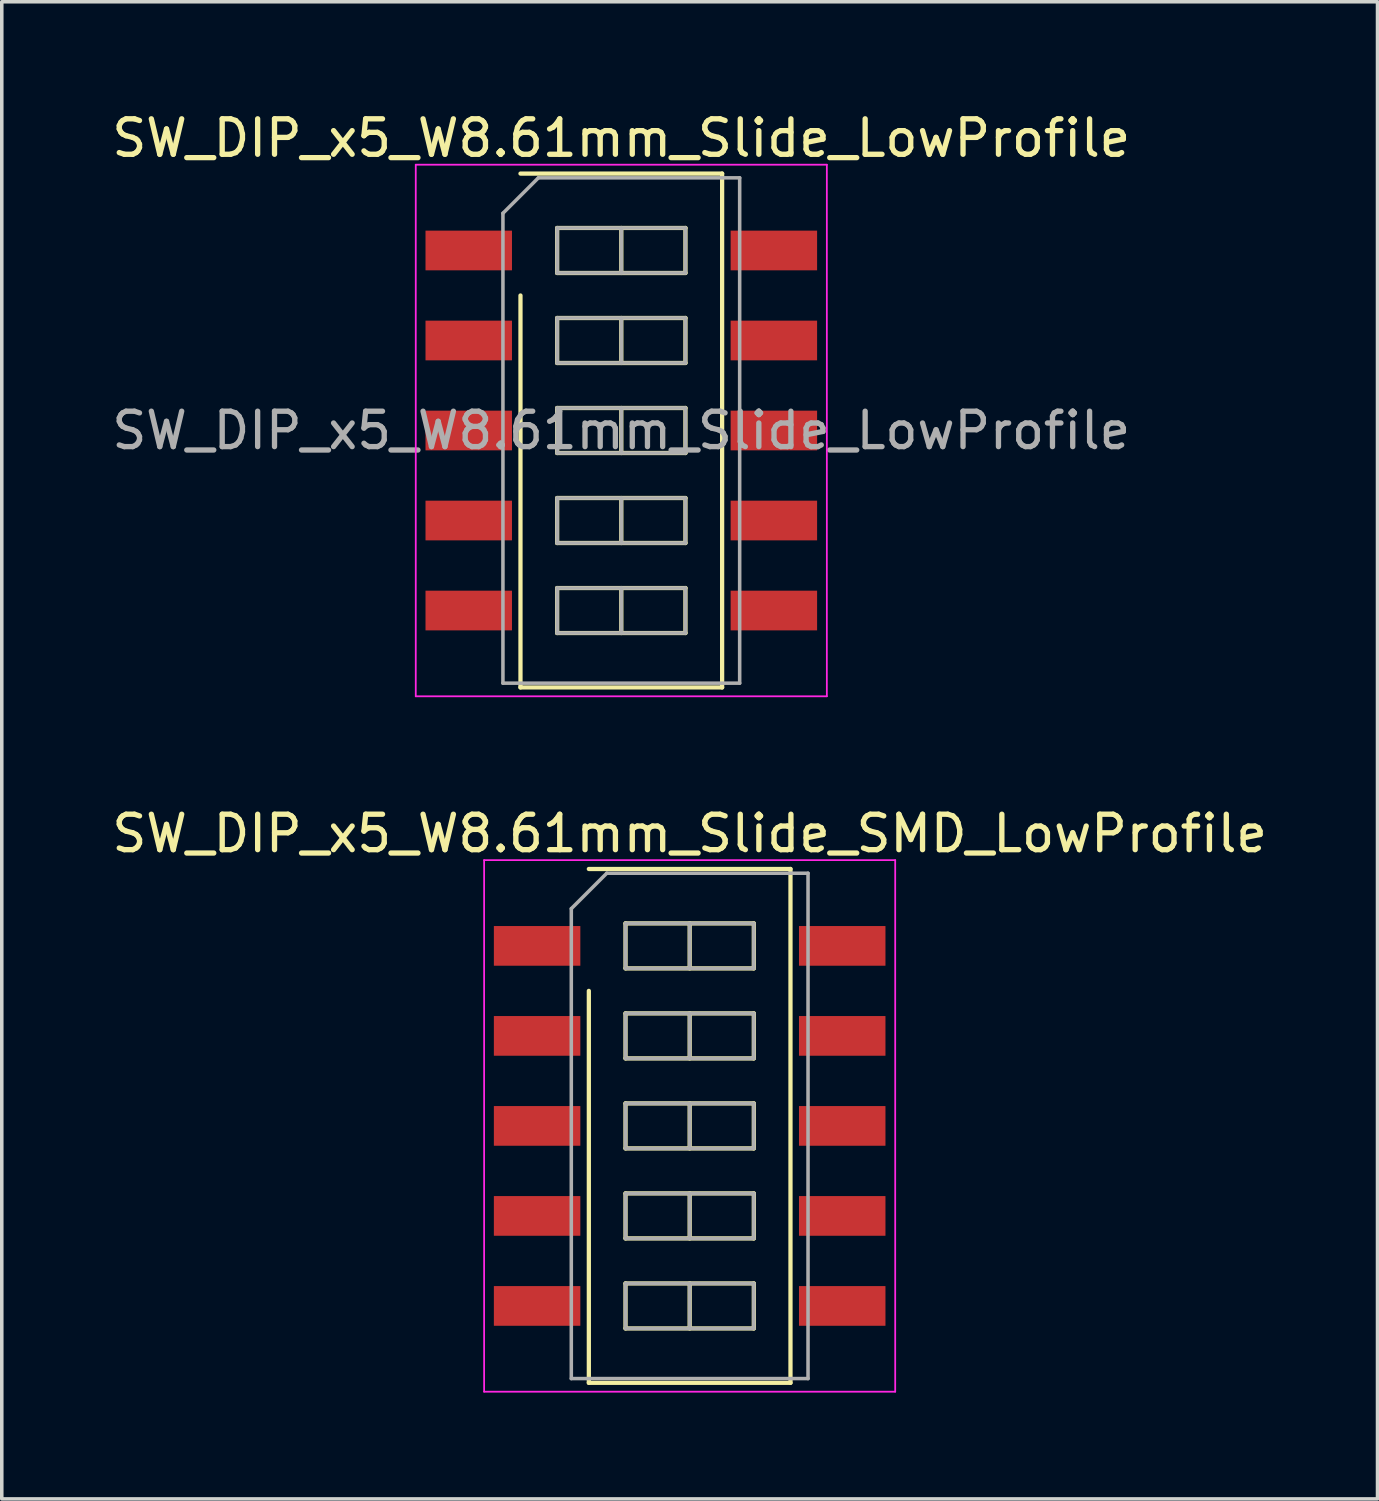
<source format=kicad_pcb>
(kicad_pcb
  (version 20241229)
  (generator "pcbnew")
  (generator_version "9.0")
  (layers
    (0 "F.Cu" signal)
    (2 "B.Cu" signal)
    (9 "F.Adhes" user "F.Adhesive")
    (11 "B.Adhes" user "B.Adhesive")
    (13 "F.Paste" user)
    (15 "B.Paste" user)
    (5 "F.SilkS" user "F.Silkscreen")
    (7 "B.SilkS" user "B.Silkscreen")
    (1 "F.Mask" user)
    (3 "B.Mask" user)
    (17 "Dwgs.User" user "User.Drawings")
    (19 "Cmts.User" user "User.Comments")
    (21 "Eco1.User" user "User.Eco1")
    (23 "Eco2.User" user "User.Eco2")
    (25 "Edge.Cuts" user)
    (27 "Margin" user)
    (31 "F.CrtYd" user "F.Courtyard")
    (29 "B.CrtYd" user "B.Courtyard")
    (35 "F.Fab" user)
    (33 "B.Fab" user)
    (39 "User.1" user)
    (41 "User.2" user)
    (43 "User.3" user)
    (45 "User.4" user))
  (footprint "SW_DIP_x5_W8.61mm_Slide_SMD_LowProfile"
    (layer "F.Cu")
    (at 16.411 28.721)
    (property "Reference" "SW_DIP_x5_W8.61mm_Slide_SMD_LowProfile" (at 0 -8.25 0) (layer "F.SilkS") (effects (font (size 1 1) (thickness 0.15))))
    (attr smd)
    (fp_line (start -2.845 -7.25) (end 2.845 -7.25) (stroke (width 0.12) (type solid)) (layer "F.SilkS"))
    (fp_line (start -2.845 7.25) (end -2.845 -3.81) (stroke (width 0.12) (type solid)) (layer "F.SilkS"))
    (fp_line (start -1.81 -5.715) (end -1.81 -4.445) (stroke (width 0.12) (type solid)) (layer "F.SilkS"))
    (fp_line (start -1.81 -4.445) (end 1.81 -4.445) (stroke (width 0.12) (type solid)) (layer "F.SilkS"))
    (fp_line (start -1.81 -3.175) (end -1.81 -1.905) (stroke (width 0.12) (type solid)) (layer "F.SilkS"))
    (fp_line (start -1.81 -1.905) (end 1.81 -1.905) (stroke (width 0.12) (type solid)) (layer "F.SilkS"))
    (fp_line (start -1.81 -0.635) (end -1.81 0.635) (stroke (width 0.12) (type solid)) (layer "F.SilkS"))
    (fp_line (start -1.81 0.635) (end 1.81 0.635) (stroke (width 0.12) (type solid)) (layer "F.SilkS"))
    (fp_line (start -1.81 1.905) (end -1.81 3.175) (stroke (width 0.12) (type solid)) (layer "F.SilkS"))
    (fp_line (start -1.81 3.175) (end 1.81 3.175) (stroke (width 0.12) (type solid)) (layer "F.SilkS"))
    (fp_line (start -1.81 4.445) (end -1.81 5.715) (stroke (width 0.12) (type solid)) (layer "F.SilkS"))
    (fp_line (start -1.81 5.715) (end 1.81 5.715) (stroke (width 0.12) (type solid)) (layer "F.SilkS"))
    (fp_line (start 0 -5.715) (end 0 -4.445) (stroke (width 0.12) (type solid)) (layer "F.SilkS"))
    (fp_line (start 0 -3.175) (end 0 -1.905) (stroke (width 0.12) (type solid)) (layer "F.SilkS"))
    (fp_line (start 0 -0.635) (end 0 0.635) (stroke (width 0.12) (type solid)) (layer "F.SilkS"))
    (fp_line (start 0 1.905) (end 0 3.175) (stroke (width 0.12) (type solid)) (layer "F.SilkS"))
    (fp_line (start 0 4.445) (end 0 5.715) (stroke (width 0.12) (type solid)) (layer "F.SilkS"))
    (fp_line (start 1.81 -5.715) (end -1.81 -5.715) (stroke (width 0.12) (type solid)) (layer "F.SilkS"))
    (fp_line (start 1.81 -4.445) (end 1.81 -5.715) (stroke (width 0.12) (type solid)) (layer "F.SilkS"))
    (fp_line (start 1.81 -3.175) (end -1.81 -3.175) (stroke (width 0.12) (type solid)) (layer "F.SilkS"))
    (fp_line (start 1.81 -1.905) (end 1.81 -3.175) (stroke (width 0.12) (type solid)) (layer "F.SilkS"))
    (fp_line (start 1.81 -0.635) (end -1.81 -0.635) (stroke (width 0.12) (type solid)) (layer "F.SilkS"))
    (fp_line (start 1.81 0.635) (end 1.81 -0.635) (stroke (width 0.12) (type solid)) (layer "F.SilkS"))
    (fp_line (start 1.81 1.905) (end -1.81 1.905) (stroke (width 0.12) (type solid)) (layer "F.SilkS"))
    (fp_line (start 1.81 3.175) (end 1.81 1.905) (stroke (width 0.12) (type solid)) (layer "F.SilkS"))
    (fp_line (start 1.81 4.445) (end -1.81 4.445) (stroke (width 0.12) (type solid)) (layer "F.SilkS"))
    (fp_line (start 1.81 5.715) (end 1.81 4.445) (stroke (width 0.12) (type solid)) (layer "F.SilkS"))
    (fp_line (start 2.845 -7.25) (end 2.845 7.25) (stroke (width 0.12) (type solid)) (layer "F.SilkS"))
    (fp_line (start 2.845 7.25) (end -2.845 7.25) (stroke (width 0.12) (type solid)) (layer "F.SilkS"))
    (fp_line (start -5.8 -7.5) (end -5.8 7.5) (stroke (width 0.05) (type solid)) (layer "F.CrtYd"))
    (fp_line (start -5.8 7.5) (end 5.8 7.5) (stroke (width 0.05) (type solid)) (layer "F.CrtYd"))
    (fp_line (start 5.8 -7.5) (end -5.8 -7.5) (stroke (width 0.05) (type solid)) (layer "F.CrtYd"))
    (fp_line (start 5.8 7.5) (end 5.8 -7.5) (stroke (width 0.05) (type solid)) (layer "F.CrtYd"))
    (fp_line (start -3.34 -6.13) (end -2.34 -7.13) (stroke (width 0.1) (type solid)) (layer "F.Fab"))
    (fp_line (start -3.34 7.13) (end -3.34 -6.13) (stroke (width 0.1) (type solid)) (layer "F.Fab"))
    (fp_line (start -2.34 -7.13) (end 3.34 -7.13) (stroke (width 0.1) (type solid)) (layer "F.Fab"))
    (fp_line (start -1.81 -5.715) (end -1.81 -4.445) (stroke (width 0.1) (type solid)) (layer "F.Fab"))
    (fp_line (start -1.81 -4.445) (end 1.81 -4.445) (stroke (width 0.1) (type solid)) (layer "F.Fab"))
    (fp_line (start -1.81 -3.175) (end -1.81 -1.905) (stroke (width 0.1) (type solid)) (layer "F.Fab"))
    (fp_line (start -1.81 -1.905) (end 1.81 -1.905) (stroke (width 0.1) (type solid)) (layer "F.Fab"))
    (fp_line (start -1.81 -0.635) (end -1.81 0.635) (stroke (width 0.1) (type solid)) (layer "F.Fab"))
    (fp_line (start -1.81 0.635) (end 1.81 0.635) (stroke (width 0.1) (type solid)) (layer "F.Fab"))
    (fp_line (start -1.81 1.905) (end -1.81 3.175) (stroke (width 0.1) (type solid)) (layer "F.Fab"))
    (fp_line (start -1.81 3.175) (end 1.81 3.175) (stroke (width 0.1) (type solid)) (layer "F.Fab"))
    (fp_line (start -1.81 4.445) (end -1.81 5.715) (stroke (width 0.1) (type solid)) (layer "F.Fab"))
    (fp_line (start -1.81 5.715) (end 1.81 5.715) (stroke (width 0.1) (type solid)) (layer "F.Fab"))
    (fp_line (start 0 -5.715) (end 0 -4.445) (stroke (width 0.1) (type solid)) (layer "F.Fab"))
    (fp_line (start 0 -3.175) (end 0 -1.905) (stroke (width 0.1) (type solid)) (layer "F.Fab"))
    (fp_line (start 0 -0.635) (end 0 0.635) (stroke (width 0.1) (type solid)) (layer "F.Fab"))
    (fp_line (start 0 1.905) (end 0 3.175) (stroke (width 0.1) (type solid)) (layer "F.Fab"))
    (fp_line (start 0 4.445) (end 0 5.715) (stroke (width 0.1) (type solid)) (layer "F.Fab"))
    (fp_line (start 1.81 -5.715) (end -1.81 -5.715) (stroke (width 0.1) (type solid)) (layer "F.Fab"))
    (fp_line (start 1.81 -4.445) (end 1.81 -5.715) (stroke (width 0.1) (type solid)) (layer "F.Fab"))
    (fp_line (start 1.81 -3.175) (end -1.81 -3.175) (stroke (width 0.1) (type solid)) (layer "F.Fab"))
    (fp_line (start 1.81 -1.905) (end 1.81 -3.175) (stroke (width 0.1) (type solid)) (layer "F.Fab"))
    (fp_line (start 1.81 -0.635) (end -1.81 -0.635) (stroke (width 0.1) (type solid)) (layer "F.Fab"))
    (fp_line (start 1.81 0.635) (end 1.81 -0.635) (stroke (width 0.1) (type solid)) (layer "F.Fab"))
    (fp_line (start 1.81 1.905) (end -1.81 1.905) (stroke (width 0.1) (type solid)) (layer "F.Fab"))
    (fp_line (start 1.81 3.175) (end 1.81 1.905) (stroke (width 0.1) (type solid)) (layer "F.Fab"))
    (fp_line (start 1.81 4.445) (end -1.81 4.445) (stroke (width 0.1) (type solid)) (layer "F.Fab"))
    (fp_line (start 1.81 5.715) (end 1.81 4.445) (stroke (width 0.1) (type solid)) (layer "F.Fab"))
    (fp_line (start 3.34 -7.13) (end 3.34 7.13) (stroke (width 0.1) (type solid)) (layer "F.Fab"))
    (fp_line (start 3.34 7.13) (end -3.34 7.13) (stroke (width 0.1) (type solid)) (layer "F.Fab"))
    (pad "1" smd rect (at -4.305 -5.08) (size 2.44 1.12) (layers "F.Cu" "F.Mask"))
    (pad "2" smd rect (at -4.305 -2.54) (size 2.44 1.12) (layers "F.Cu" "F.Mask"))
    (pad "3" smd rect (at -4.305 0) (size 2.44 1.12) (layers "F.Cu" "F.Mask"))
    (pad "4" smd rect (at -4.305 2.54) (size 2.44 1.12) (layers "F.Cu" "F.Mask"))
    (pad "5" smd rect (at -4.305 5.08) (size 2.44 1.12) (layers "F.Cu" "F.Mask"))
    (pad "6" smd rect (at 4.305 5.08) (size 2.44 1.12) (layers "F.Cu" "F.Mask"))
    (pad "7" smd rect (at 4.305 2.54) (size 2.44 1.12) (layers "F.Cu" "F.Mask"))
    (pad "8" smd rect (at 4.305 0) (size 2.44 1.12) (layers "F.Cu" "F.Mask"))
    (pad "9" smd rect (at 4.305 -2.54) (size 2.44 1.12) (layers "F.Cu" "F.Mask"))
    (pad "10" smd rect (at 4.305 -5.08) (size 2.44 1.12) (layers "F.Cu" "F.Mask")))
  (footprint "SW_DIP_x5_W8.61mm_Slide_LowProfile"
    (layer "F.Cu")
    (at 14.482 9.098)
    (property "Reference" "SW_DIP_x5_W8.61mm_Slide_LowProfile" (at 0 -8.25 0) (layer "F.SilkS") (effects (font (size 1 1) (thickness 0.15))))
    (attr smd)
    (fp_line (start -2.845 -7.25) (end 2.845 -7.25) (stroke (width 0.12) (type solid)) (layer "F.SilkS"))
    (fp_line (start -2.845 7.25) (end -2.845 -3.81) (stroke (width 0.12) (type solid)) (layer "F.SilkS"))
    (fp_line (start -1.81 -5.715) (end -1.81 -4.445) (stroke (width 0.12) (type solid)) (layer "F.SilkS"))
    (fp_line (start -1.81 -4.445) (end 1.81 -4.445) (stroke (width 0.12) (type solid)) (layer "F.SilkS"))
    (fp_line (start -1.81 -3.175) (end -1.81 -1.905) (stroke (width 0.12) (type solid)) (layer "F.SilkS"))
    (fp_line (start -1.81 -1.905) (end 1.81 -1.905) (stroke (width 0.12) (type solid)) (layer "F.SilkS"))
    (fp_line (start -1.81 -0.635) (end -1.81 0.635) (stroke (width 0.12) (type solid)) (layer "F.SilkS"))
    (fp_line (start -1.81 0.635) (end 1.81 0.635) (stroke (width 0.12) (type solid)) (layer "F.SilkS"))
    (fp_line (start -1.81 1.905) (end -1.81 3.175) (stroke (width 0.12) (type solid)) (layer "F.SilkS"))
    (fp_line (start -1.81 3.175) (end 1.81 3.175) (stroke (width 0.12) (type solid)) (layer "F.SilkS"))
    (fp_line (start -1.81 4.445) (end -1.81 5.715) (stroke (width 0.12) (type solid)) (layer "F.SilkS"))
    (fp_line (start -1.81 5.715) (end 1.81 5.715) (stroke (width 0.12) (type solid)) (layer "F.SilkS"))
    (fp_line (start 0 -5.715) (end 0 -4.445) (stroke (width 0.12) (type solid)) (layer "F.SilkS"))
    (fp_line (start 0 -3.175) (end 0 -1.905) (stroke (width 0.12) (type solid)) (layer "F.SilkS"))
    (fp_line (start 0 -0.635) (end 0 0.635) (stroke (width 0.12) (type solid)) (layer "F.SilkS"))
    (fp_line (start 0 1.905) (end 0 3.175) (stroke (width 0.12) (type solid)) (layer "F.SilkS"))
    (fp_line (start 0 4.445) (end 0 5.715) (stroke (width 0.12) (type solid)) (layer "F.SilkS"))
    (fp_line (start 1.81 -5.715) (end -1.81 -5.715) (stroke (width 0.12) (type solid)) (layer "F.SilkS"))
    (fp_line (start 1.81 -4.445) (end 1.81 -5.715) (stroke (width 0.12) (type solid)) (layer "F.SilkS"))
    (fp_line (start 1.81 -3.175) (end -1.81 -3.175) (stroke (width 0.12) (type solid)) (layer "F.SilkS"))
    (fp_line (start 1.81 -1.905) (end 1.81 -3.175) (stroke (width 0.12) (type solid)) (layer "F.SilkS"))
    (fp_line (start 1.81 -0.635) (end -1.81 -0.635) (stroke (width 0.12) (type solid)) (layer "F.SilkS"))
    (fp_line (start 1.81 0.635) (end 1.81 -0.635) (stroke (width 0.12) (type solid)) (layer "F.SilkS"))
    (fp_line (start 1.81 1.905) (end -1.81 1.905) (stroke (width 0.12) (type solid)) (layer "F.SilkS"))
    (fp_line (start 1.81 3.175) (end 1.81 1.905) (stroke (width 0.12) (type solid)) (layer "F.SilkS"))
    (fp_line (start 1.81 4.445) (end -1.81 4.445) (stroke (width 0.12) (type solid)) (layer "F.SilkS"))
    (fp_line (start 1.81 5.715) (end 1.81 4.445) (stroke (width 0.12) (type solid)) (layer "F.SilkS"))
    (fp_line (start 2.845 -7.25) (end 2.845 7.25) (stroke (width 0.12) (type solid)) (layer "F.SilkS"))
    (fp_line (start 2.845 7.25) (end -2.845 7.25) (stroke (width 0.12) (type solid)) (layer "F.SilkS"))
    (fp_line (start -5.8 -7.5) (end -5.8 7.5) (stroke (width 0.05) (type solid)) (layer "F.CrtYd"))
    (fp_line (start -5.8 7.5) (end 5.8 7.5) (stroke (width 0.05) (type solid)) (layer "F.CrtYd"))
    (fp_line (start 5.8 -7.5) (end -5.8 -7.5) (stroke (width 0.05) (type solid)) (layer "F.CrtYd"))
    (fp_line (start 5.8 7.5) (end 5.8 -7.5) (stroke (width 0.05) (type solid)) (layer "F.CrtYd"))
    (fp_line (start -3.34 -6.13) (end -2.34 -7.13) (stroke (width 0.1) (type solid)) (layer "F.Fab"))
    (fp_line (start -3.34 7.13) (end -3.34 -6.13) (stroke (width 0.1) (type solid)) (layer "F.Fab"))
    (fp_line (start -2.34 -7.13) (end 3.34 -7.13) (stroke (width 0.1) (type solid)) (layer "F.Fab"))
    (fp_line (start -1.81 -5.715) (end -1.81 -4.445) (stroke (width 0.1) (type solid)) (layer "F.Fab"))
    (fp_line (start -1.81 -4.445) (end 1.81 -4.445) (stroke (width 0.1) (type solid)) (layer "F.Fab"))
    (fp_line (start -1.81 -3.175) (end -1.81 -1.905) (stroke (width 0.1) (type solid)) (layer "F.Fab"))
    (fp_line (start -1.81 -1.905) (end 1.81 -1.905) (stroke (width 0.1) (type solid)) (layer "F.Fab"))
    (fp_line (start -1.81 -0.635) (end -1.81 0.635) (stroke (width 0.1) (type solid)) (layer "F.Fab"))
    (fp_line (start -1.81 0.635) (end 1.81 0.635) (stroke (width 0.1) (type solid)) (layer "F.Fab"))
    (fp_line (start -1.81 1.905) (end -1.81 3.175) (stroke (width 0.1) (type solid)) (layer "F.Fab"))
    (fp_line (start -1.81 3.175) (end 1.81 3.175) (stroke (width 0.1) (type solid)) (layer "F.Fab"))
    (fp_line (start -1.81 4.445) (end -1.81 5.715) (stroke (width 0.1) (type solid)) (layer "F.Fab"))
    (fp_line (start -1.81 5.715) (end 1.81 5.715) (stroke (width 0.1) (type solid)) (layer "F.Fab"))
    (fp_line (start 0 -5.715) (end 0 -4.445) (stroke (width 0.1) (type solid)) (layer "F.Fab"))
    (fp_line (start 0 -3.175) (end 0 -1.905) (stroke (width 0.1) (type solid)) (layer "F.Fab"))
    (fp_line (start 0 -0.635) (end 0 0.635) (stroke (width 0.1) (type solid)) (layer "F.Fab"))
    (fp_line (start 0 1.905) (end 0 3.175) (stroke (width 0.1) (type solid)) (layer "F.Fab"))
    (fp_line (start 0 4.445) (end 0 5.715) (stroke (width 0.1) (type solid)) (layer "F.Fab"))
    (fp_line (start 1.81 -5.715) (end -1.81 -5.715) (stroke (width 0.1) (type solid)) (layer "F.Fab"))
    (fp_line (start 1.81 -4.445) (end 1.81 -5.715) (stroke (width 0.1) (type solid)) (layer "F.Fab"))
    (fp_line (start 1.81 -3.175) (end -1.81 -3.175) (stroke (width 0.1) (type solid)) (layer "F.Fab"))
    (fp_line (start 1.81 -1.905) (end 1.81 -3.175) (stroke (width 0.1) (type solid)) (layer "F.Fab"))
    (fp_line (start 1.81 -0.635) (end -1.81 -0.635) (stroke (width 0.1) (type solid)) (layer "F.Fab"))
    (fp_line (start 1.81 0.635) (end 1.81 -0.635) (stroke (width 0.1) (type solid)) (layer "F.Fab"))
    (fp_line (start 1.81 1.905) (end -1.81 1.905) (stroke (width 0.1) (type solid)) (layer "F.Fab"))
    (fp_line (start 1.81 3.175) (end 1.81 1.905) (stroke (width 0.1) (type solid)) (layer "F.Fab"))
    (fp_line (start 1.81 4.445) (end -1.81 4.445) (stroke (width 0.1) (type solid)) (layer "F.Fab"))
    (fp_line (start 1.81 5.715) (end 1.81 4.445) (stroke (width 0.1) (type solid)) (layer "F.Fab"))
    (fp_line (start 3.34 -7.13) (end 3.34 7.13) (stroke (width 0.1) (type solid)) (layer "F.Fab"))
    (fp_line (start 3.34 7.13) (end -3.34 7.13) (stroke (width 0.1) (type solid)) (layer "F.Fab"))
    (fp_text user "${REFERENCE}" (at 0 0 0) (layer "F.Fab") (effects (font (size 1 1) (thickness 0.15))))
    (pad "1" smd rect (at -4.305 -5.08) (size 2.44 1.12) (layers "F.Cu" "F.Mask" "F.Paste"))
    (pad "2" smd rect (at -4.305 -2.54) (size 2.44 1.12) (layers "F.Cu" "F.Mask" "F.Paste"))
    (pad "3" smd rect (at -4.305 0) (size 2.44 1.12) (layers "F.Cu" "F.Mask" "F.Paste"))
    (pad "4" smd rect (at -4.305 2.54) (size 2.44 1.12) (layers "F.Cu" "F.Mask" "F.Paste"))
    (pad "5" smd rect (at -4.305 5.08) (size 2.44 1.12) (layers "F.Cu" "F.Mask" "F.Paste"))
    (pad "6" smd rect (at 4.305 5.08) (size 2.44 1.12) (layers "F.Cu" "F.Mask" "F.Paste"))
    (pad "7" smd rect (at 4.305 2.54) (size 2.44 1.12) (layers "F.Cu" "F.Mask" "F.Paste"))
    (pad "8" smd rect (at 4.305 0) (size 2.44 1.12) (layers "F.Cu" "F.Mask" "F.Paste"))
    (pad "9" smd rect (at 4.305 -2.54) (size 2.44 1.12) (layers "F.Cu" "F.Mask" "F.Paste"))
    (pad "10" smd rect (at 4.305 -5.08) (size 2.44 1.12) (layers "F.Cu" "F.Mask" "F.Paste")))
  (gr_rect
    (start -3 -3)
    (end 35.821 39.246)
    (stroke (width 0.1) (type default))
    (fill no)
    (layer "Edge.Cuts")))
</source>
